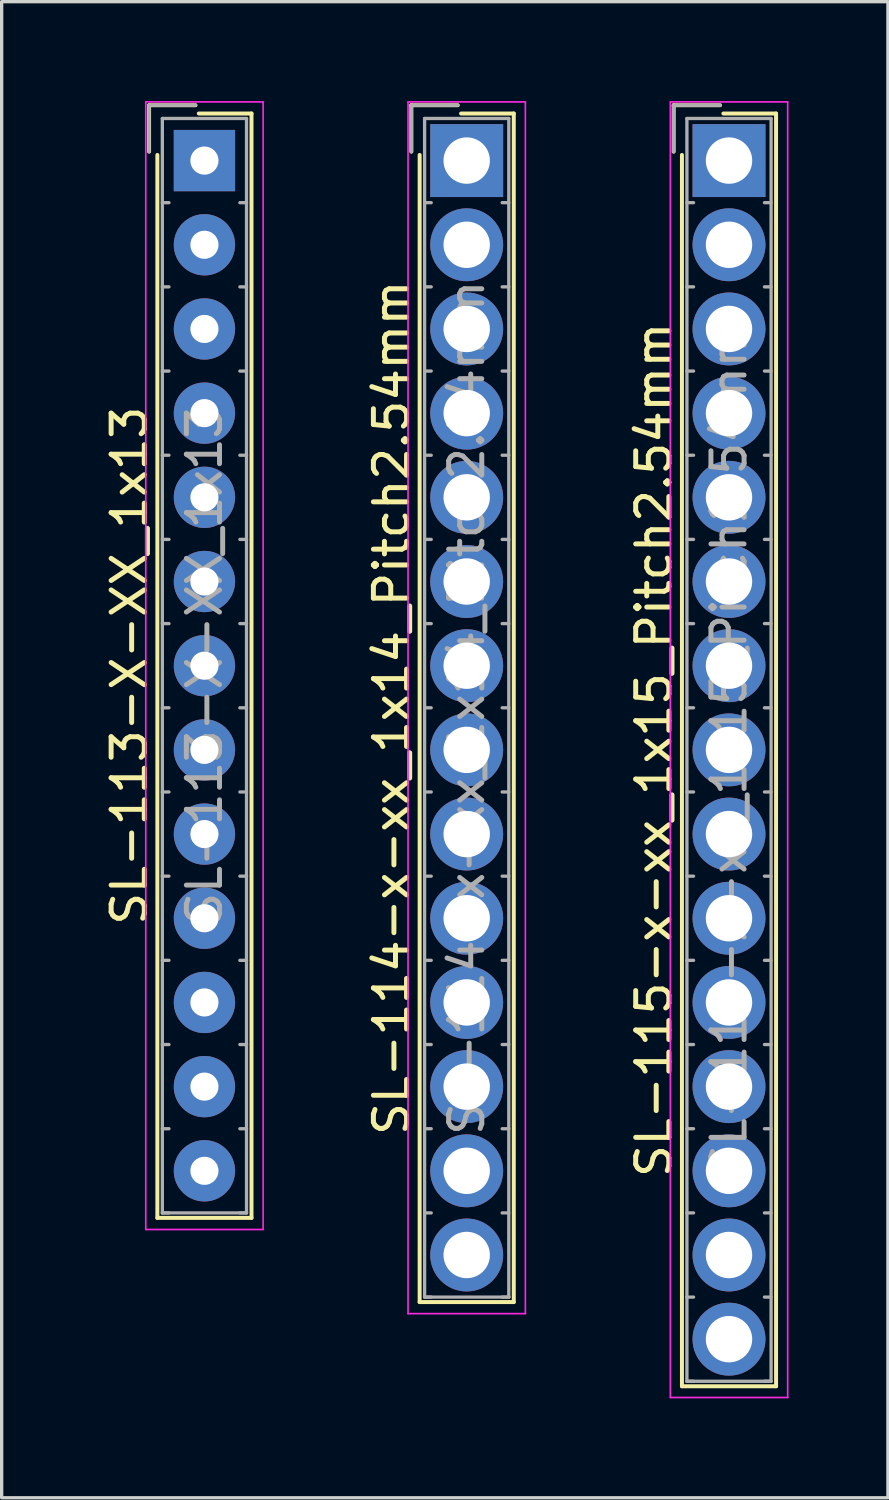
<source format=kicad_pcb>
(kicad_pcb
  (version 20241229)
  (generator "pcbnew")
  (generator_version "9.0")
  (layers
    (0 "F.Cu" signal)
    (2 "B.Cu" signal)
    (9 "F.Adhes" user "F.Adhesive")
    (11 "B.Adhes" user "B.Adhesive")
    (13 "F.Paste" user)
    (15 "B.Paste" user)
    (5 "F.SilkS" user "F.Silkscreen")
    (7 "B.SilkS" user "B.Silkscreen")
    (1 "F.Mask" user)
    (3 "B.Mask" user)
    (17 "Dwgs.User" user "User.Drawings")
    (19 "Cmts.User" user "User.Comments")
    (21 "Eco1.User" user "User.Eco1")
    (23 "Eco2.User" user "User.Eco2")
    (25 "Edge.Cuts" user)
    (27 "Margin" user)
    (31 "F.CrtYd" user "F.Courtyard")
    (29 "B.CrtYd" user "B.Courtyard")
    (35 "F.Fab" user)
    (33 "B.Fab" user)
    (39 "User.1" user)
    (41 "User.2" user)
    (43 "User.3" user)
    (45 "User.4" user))
  (footprint "SL-115-x-xx_1x15_Pitch2.54mm"
    (layer "F.Cu")
    (at 18.945 1.795)
    (property "Reference" "SL-115-x-xx_1x15_Pitch2.54mm" (at -2.27 17.78 90) (layer "F.SilkS") (effects (font (size 1 1) (thickness 0.15))))
    (attr through_hole)
    (fp_line (start -1.67 -1.67) (end -1.67 -0.27) (stroke (width 0.12) (type solid)) (layer "F.SilkS"))
    (fp_line (start -1.42 36.98) (end -1.42 -0.17) (stroke (width 0.12) (type solid)) (layer "F.SilkS"))
    (fp_line (start -0.27 -1.67) (end -1.67 -1.67) (stroke (width 0.12) (type solid)) (layer "F.SilkS"))
    (fp_line (start -0.17 -1.42) (end 1.42 -1.42) (stroke (width 0.12) (type solid)) (layer "F.SilkS"))
    (fp_line (start 1.42 -1.42) (end 1.42 36.98) (stroke (width 0.12) (type solid)) (layer "F.SilkS"))
    (fp_line (start 1.42 36.98) (end -1.42 36.98) (stroke (width 0.12) (type solid)) (layer "F.SilkS"))
    (fp_line (start -1.77 -1.77) (end -1.77 37.32) (stroke (width 0.05) (type solid)) (layer "F.CrtYd"))
    (fp_line (start -1.77 37.32) (end 1.77 37.32) (stroke (width 0.05) (type solid)) (layer "F.CrtYd"))
    (fp_line (start 1.77 -1.77) (end -1.77 -1.77) (stroke (width 0.05) (type solid)) (layer "F.CrtYd"))
    (fp_line (start 1.77 37.32) (end 1.77 -1.77) (stroke (width 0.05) (type solid)) (layer "F.CrtYd"))
    (fp_line (start -1.67 -1.67) (end -1.67 -0.27) (stroke (width 0.1) (type solid)) (layer "F.Fab"))
    (fp_line (start -1.27 -1.27) (end -1.27 36.83) (stroke (width 0.1) (type solid)) (layer "F.Fab"))
    (fp_line (start -1.27 1.27) (end -1.07 1.27) (stroke (width 0.1) (type solid)) (layer "F.Fab"))
    (fp_line (start -1.27 3.81) (end -1.07 3.81) (stroke (width 0.1) (type solid)) (layer "F.Fab"))
    (fp_line (start -1.27 6.35) (end -1.07 6.35) (stroke (width 0.1) (type solid)) (layer "F.Fab"))
    (fp_line (start -1.27 8.89) (end -1.07 8.89) (stroke (width 0.1) (type solid)) (layer "F.Fab"))
    (fp_line (start -1.27 11.43) (end -1.07 11.43) (stroke (width 0.1) (type solid)) (layer "F.Fab"))
    (fp_line (start -1.27 13.97) (end -1.07 13.97) (stroke (width 0.1) (type solid)) (layer "F.Fab"))
    (fp_line (start -1.27 16.51) (end -1.07 16.51) (stroke (width 0.1) (type solid)) (layer "F.Fab"))
    (fp_line (start -1.27 19.05) (end -1.07 19.05) (stroke (width 0.1) (type solid)) (layer "F.Fab"))
    (fp_line (start -1.27 21.59) (end -1.07 21.59) (stroke (width 0.1) (type solid)) (layer "F.Fab"))
    (fp_line (start -1.27 24.13) (end -1.07 24.13) (stroke (width 0.1) (type solid)) (layer "F.Fab"))
    (fp_line (start -1.27 26.67) (end -1.07 26.67) (stroke (width 0.1) (type solid)) (layer "F.Fab"))
    (fp_line (start -1.27 29.21) (end -1.07 29.21) (stroke (width 0.1) (type solid)) (layer "F.Fab"))
    (fp_line (start -1.27 31.75) (end -1.07 31.75) (stroke (width 0.1) (type solid)) (layer "F.Fab"))
    (fp_line (start -1.27 34.29) (end -1.07 34.29) (stroke (width 0.1) (type solid)) (layer "F.Fab"))
    (fp_line (start -1.27 36.83) (end -1.07 36.83) (stroke (width 0.1) (type solid)) (layer "F.Fab"))
    (fp_line (start -1.27 36.83) (end 1.27 36.83) (stroke (width 0.1) (type solid)) (layer "F.Fab"))
    (fp_line (start -0.27 -1.67) (end -1.67 -1.67) (stroke (width 0.1) (type solid)) (layer "F.Fab"))
    (fp_line (start 1.27 -1.27) (end -1.27 -1.27) (stroke (width 0.1) (type solid)) (layer "F.Fab"))
    (fp_line (start 1.27 1.27) (end 1.07 1.27) (stroke (width 0.1) (type solid)) (layer "F.Fab"))
    (fp_line (start 1.27 3.81) (end 1.07 3.81) (stroke (width 0.1) (type solid)) (layer "F.Fab"))
    (fp_line (start 1.27 6.35) (end 1.07 6.35) (stroke (width 0.1) (type solid)) (layer "F.Fab"))
    (fp_line (start 1.27 8.89) (end 1.07 8.89) (stroke (width 0.1) (type solid)) (layer "F.Fab"))
    (fp_line (start 1.27 11.43) (end 1.07 11.43) (stroke (width 0.1) (type solid)) (layer "F.Fab"))
    (fp_line (start 1.27 13.97) (end 1.07 13.97) (stroke (width 0.1) (type solid)) (layer "F.Fab"))
    (fp_line (start 1.27 16.51) (end 1.07 16.51) (stroke (width 0.1) (type solid)) (layer "F.Fab"))
    (fp_line (start 1.27 19.05) (end 1.07 19.05) (stroke (width 0.1) (type solid)) (layer "F.Fab"))
    (fp_line (start 1.27 21.59) (end 1.07 21.59) (stroke (width 0.1) (type solid)) (layer "F.Fab"))
    (fp_line (start 1.27 24.13) (end 1.07 24.13) (stroke (width 0.1) (type solid)) (layer "F.Fab"))
    (fp_line (start 1.27 26.67) (end 1.07 26.67) (stroke (width 0.1) (type solid)) (layer "F.Fab"))
    (fp_line (start 1.27 29.21) (end 1.07 29.21) (stroke (width 0.1) (type solid)) (layer "F.Fab"))
    (fp_line (start 1.27 31.75) (end 1.07 31.75) (stroke (width 0.1) (type solid)) (layer "F.Fab"))
    (fp_line (start 1.27 34.29) (end 1.07 34.29) (stroke (width 0.1) (type solid)) (layer "F.Fab"))
    (fp_line (start 1.27 36.83) (end 1.07 36.83) (stroke (width 0.1) (type solid)) (layer "F.Fab"))
    (fp_line (start 1.27 36.83) (end 1.27 -1.27) (stroke (width 0.1) (type solid)) (layer "F.Fab"))
    (fp_text user "${REFERENCE}" (at 0 17.78 90) (layer "F.Fab") (effects (font (size 1 1) (thickness 0.15))))
    (pad "1" thru_hole rect (at 0 0) (size 2.2 2.2) (drill 1.4) (layers "*.Cu" "*.Mask"))
    (pad "2" thru_hole circle (at 0 2.54) (size 2.2 2.2) (drill 1.4) (layers "*.Cu" "*.Mask"))
    (pad "3" thru_hole circle (at 0 5.08) (size 2.2 2.2) (drill 1.4) (layers "*.Cu" "*.Mask"))
    (pad "4" thru_hole circle (at 0 7.62) (size 2.2 2.2) (drill 1.4) (layers "*.Cu" "*.Mask"))
    (pad "5" thru_hole circle (at 0 10.16) (size 2.2 2.2) (drill 1.4) (layers "*.Cu" "*.Mask"))
    (pad "6" thru_hole circle (at 0 12.7) (size 2.2 2.2) (drill 1.4) (layers "*.Cu" "*.Mask"))
    (pad "7" thru_hole circle (at 0 15.24) (size 2.2 2.2) (drill 1.4) (layers "*.Cu" "*.Mask"))
    (pad "8" thru_hole circle (at 0 17.78) (size 2.2 2.2) (drill 1.4) (layers "*.Cu" "*.Mask"))
    (pad "9" thru_hole circle (at 0 20.32) (size 2.2 2.2) (drill 1.4) (layers "*.Cu" "*.Mask"))
    (pad "10" thru_hole circle (at 0 22.86) (size 2.2 2.2) (drill 1.4) (layers "*.Cu" "*.Mask"))
    (pad "11" thru_hole circle (at 0 25.4) (size 2.2 2.2) (drill 1.4) (layers "*.Cu" "*.Mask"))
    (pad "12" thru_hole circle (at 0 27.94) (size 2.2 2.2) (drill 1.4) (layers "*.Cu" "*.Mask"))
    (pad "13" thru_hole circle (at 0 30.48) (size 2.2 2.2) (drill 1.4) (layers "*.Cu" "*.Mask"))
    (pad "14" thru_hole circle (at 0 33.02) (size 2.2 2.2) (drill 1.4) (layers "*.Cu" "*.Mask"))
    (pad "15" thru_hole circle (at 0 35.56) (size 2.2 2.2) (drill 1.4) (layers "*.Cu" "*.Mask")))
  (footprint "SL-113-X-XX_1x13"
    (layer "F.Cu")
    (at 3.118 1.795)
    (property "Reference" "SL-113-X-XX_1x13" (at -2.27 15.24 90) (layer "F.SilkS") (effects (font (size 1 1) (thickness 0.15))))
    (attr through_hole)
    (fp_line (start -1.67 -1.67) (end -1.67 -0.27) (stroke (width 0.12) (type solid)) (layer "F.SilkS"))
    (fp_line (start -1.42 31.9) (end -1.42 -0.17) (stroke (width 0.12) (type solid)) (layer "F.SilkS"))
    (fp_line (start -0.27 -1.67) (end -1.67 -1.67) (stroke (width 0.12) (type solid)) (layer "F.SilkS"))
    (fp_line (start -0.17 -1.42) (end 1.42 -1.42) (stroke (width 0.12) (type solid)) (layer "F.SilkS"))
    (fp_line (start 1.42 -1.42) (end 1.42 31.9) (stroke (width 0.12) (type solid)) (layer "F.SilkS"))
    (fp_line (start 1.42 31.9) (end -1.42 31.9) (stroke (width 0.12) (type solid)) (layer "F.SilkS"))
    (fp_line (start -1.77 -1.77) (end -1.77 32.25) (stroke (width 0.05) (type solid)) (layer "F.CrtYd"))
    (fp_line (start -1.77 32.25) (end 1.77 32.25) (stroke (width 0.05) (type solid)) (layer "F.CrtYd"))
    (fp_line (start 1.77 -1.77) (end -1.77 -1.77) (stroke (width 0.05) (type solid)) (layer "F.CrtYd"))
    (fp_line (start 1.77 32.25) (end 1.77 -1.77) (stroke (width 0.05) (type solid)) (layer "F.CrtYd"))
    (fp_line (start -1.67 -1.67) (end -1.67 -0.27) (stroke (width 0.1) (type solid)) (layer "F.Fab"))
    (fp_line (start -1.27 -1.27) (end -1.27 31.75) (stroke (width 0.1) (type solid)) (layer "F.Fab"))
    (fp_line (start -1.27 1.27) (end -1.07 1.27) (stroke (width 0.1) (type solid)) (layer "F.Fab"))
    (fp_line (start -1.27 3.81) (end -1.07 3.81) (stroke (width 0.1) (type solid)) (layer "F.Fab"))
    (fp_line (start -1.27 6.35) (end -1.07 6.35) (stroke (width 0.1) (type solid)) (layer "F.Fab"))
    (fp_line (start -1.27 8.89) (end -1.07 8.89) (stroke (width 0.1) (type solid)) (layer "F.Fab"))
    (fp_line (start -1.27 11.43) (end -1.07 11.43) (stroke (width 0.1) (type solid)) (layer "F.Fab"))
    (fp_line (start -1.27 13.97) (end -1.07 13.97) (stroke (width 0.1) (type solid)) (layer "F.Fab"))
    (fp_line (start -1.27 16.51) (end -1.07 16.51) (stroke (width 0.1) (type solid)) (layer "F.Fab"))
    (fp_line (start -1.27 19.05) (end -1.07 19.05) (stroke (width 0.1) (type solid)) (layer "F.Fab"))
    (fp_line (start -1.27 21.59) (end -1.07 21.59) (stroke (width 0.1) (type solid)) (layer "F.Fab"))
    (fp_line (start -1.27 24.13) (end -1.07 24.13) (stroke (width 0.1) (type solid)) (layer "F.Fab"))
    (fp_line (start -1.27 26.67) (end -1.07 26.67) (stroke (width 0.1) (type solid)) (layer "F.Fab"))
    (fp_line (start -1.27 29.21) (end -1.07 29.21) (stroke (width 0.1) (type solid)) (layer "F.Fab"))
    (fp_line (start -1.27 31.75) (end -1.07 31.75) (stroke (width 0.1) (type solid)) (layer "F.Fab"))
    (fp_line (start -1.27 31.75) (end 1.27 31.75) (stroke (width 0.1) (type solid)) (layer "F.Fab"))
    (fp_line (start -0.27 -1.67) (end -1.67 -1.67) (stroke (width 0.1) (type solid)) (layer "F.Fab"))
    (fp_line (start 1.27 -1.27) (end -1.27 -1.27) (stroke (width 0.1) (type solid)) (layer "F.Fab"))
    (fp_line (start 1.27 1.27) (end 1.07 1.27) (stroke (width 0.1) (type solid)) (layer "F.Fab"))
    (fp_line (start 1.27 3.81) (end 1.07 3.81) (stroke (width 0.1) (type solid)) (layer "F.Fab"))
    (fp_line (start 1.27 6.35) (end 1.07 6.35) (stroke (width 0.1) (type solid)) (layer "F.Fab"))
    (fp_line (start 1.27 8.89) (end 1.07 8.89) (stroke (width 0.1) (type solid)) (layer "F.Fab"))
    (fp_line (start 1.27 11.43) (end 1.07 11.43) (stroke (width 0.1) (type solid)) (layer "F.Fab"))
    (fp_line (start 1.27 13.97) (end 1.07 13.97) (stroke (width 0.1) (type solid)) (layer "F.Fab"))
    (fp_line (start 1.27 16.51) (end 1.07 16.51) (stroke (width 0.1) (type solid)) (layer "F.Fab"))
    (fp_line (start 1.27 19.05) (end 1.07 19.05) (stroke (width 0.1) (type solid)) (layer "F.Fab"))
    (fp_line (start 1.27 21.59) (end 1.07 21.59) (stroke (width 0.1) (type solid)) (layer "F.Fab"))
    (fp_line (start 1.27 24.13) (end 1.07 24.13) (stroke (width 0.1) (type solid)) (layer "F.Fab"))
    (fp_line (start 1.27 26.67) (end 1.07 26.67) (stroke (width 0.1) (type solid)) (layer "F.Fab"))
    (fp_line (start 1.27 29.21) (end 1.07 29.21) (stroke (width 0.1) (type solid)) (layer "F.Fab"))
    (fp_line (start 1.27 31.75) (end 1.07 31.75) (stroke (width 0.1) (type solid)) (layer "F.Fab"))
    (fp_line (start 1.27 31.75) (end 1.27 -1.27) (stroke (width 0.1) (type solid)) (layer "F.Fab"))
    (fp_text user "${REFERENCE}" (at 0 15.24 90) (layer "F.Fab") (effects (font (size 1 1) (thickness 0.15))))
    (pad "1" thru_hole rect (at 0 0) (size 1.85 1.85) (drill 0.85) (layers "*.Cu" "*.Mask"))
    (pad "2" thru_hole circle (at 0 2.54) (size 1.85 1.85) (drill 0.85) (layers "*.Cu" "*.Mask"))
    (pad "3" thru_hole circle (at 0 5.08) (size 1.85 1.85) (drill 0.85) (layers "*.Cu" "*.Mask"))
    (pad "4" thru_hole circle (at 0 7.62) (size 1.85 1.85) (drill 0.85) (layers "*.Cu" "*.Mask"))
    (pad "5" thru_hole circle (at 0 10.16) (size 1.85 1.85) (drill 0.85) (layers "*.Cu" "*.Mask"))
    (pad "6" thru_hole circle (at 0 12.7) (size 1.85 1.85) (drill 0.85) (layers "*.Cu" "*.Mask"))
    (pad "7" thru_hole circle (at 0 15.24) (size 1.85 1.85) (drill 0.85) (layers "*.Cu" "*.Mask"))
    (pad "8" thru_hole circle (at 0 17.78) (size 1.85 1.85) (drill 0.85) (layers "*.Cu" "*.Mask"))
    (pad "9" thru_hole circle (at 0 20.32) (size 1.85 1.85) (drill 0.85) (layers "*.Cu" "*.Mask"))
    (pad "10" thru_hole circle (at 0 22.86) (size 1.85 1.85) (drill 0.85) (layers "*.Cu" "*.Mask"))
    (pad "11" thru_hole circle (at 0 25.4) (size 1.85 1.85) (drill 0.85) (layers "*.Cu" "*.Mask"))
    (pad "12" thru_hole circle (at 0 27.94) (size 1.85 1.85) (drill 0.85) (layers "*.Cu" "*.Mask"))
    (pad "13" thru_hole circle (at 0 30.48) (size 1.85 1.85) (drill 0.85) (layers "*.Cu" "*.Mask")))
  (footprint "SL-114-x-xx_1x14_Pitch2.54mm"
    (layer "F.Cu")
    (at 11.031 1.795)
    (property "Reference" "SL-114-x-xx_1x14_Pitch2.54mm" (at -2.27 16.51 90) (layer "F.SilkS") (effects (font (size 1 1) (thickness 0.15))))
    (attr through_hole)
    (fp_line (start -1.67 -1.67) (end -1.67 -0.27) (stroke (width 0.12) (type solid)) (layer "F.SilkS"))
    (fp_line (start -1.42 34.44) (end -1.42 -0.17) (stroke (width 0.12) (type solid)) (layer "F.SilkS"))
    (fp_line (start -0.27 -1.67) (end -1.67 -1.67) (stroke (width 0.12) (type solid)) (layer "F.SilkS"))
    (fp_line (start -0.17 -1.42) (end 1.42 -1.42) (stroke (width 0.12) (type solid)) (layer "F.SilkS"))
    (fp_line (start 1.42 -1.42) (end 1.42 34.44) (stroke (width 0.12) (type solid)) (layer "F.SilkS"))
    (fp_line (start 1.42 34.44) (end -1.42 34.44) (stroke (width 0.12) (type solid)) (layer "F.SilkS"))
    (fp_line (start -1.77 -1.77) (end -1.77 34.79) (stroke (width 0.05) (type solid)) (layer "F.CrtYd"))
    (fp_line (start -1.77 34.79) (end 1.77 34.79) (stroke (width 0.05) (type solid)) (layer "F.CrtYd"))
    (fp_line (start 1.77 -1.77) (end -1.77 -1.77) (stroke (width 0.05) (type solid)) (layer "F.CrtYd"))
    (fp_line (start 1.77 34.79) (end 1.77 -1.77) (stroke (width 0.05) (type solid)) (layer "F.CrtYd"))
    (fp_line (start -1.67 -1.67) (end -1.67 -0.27) (stroke (width 0.1) (type solid)) (layer "F.Fab"))
    (fp_line (start -1.27 -1.27) (end -1.27 34.29) (stroke (width 0.1) (type solid)) (layer "F.Fab"))
    (fp_line (start -1.27 1.27) (end -1.07 1.27) (stroke (width 0.1) (type solid)) (layer "F.Fab"))
    (fp_line (start -1.27 3.81) (end -1.07 3.81) (stroke (width 0.1) (type solid)) (layer "F.Fab"))
    (fp_line (start -1.27 6.35) (end -1.07 6.35) (stroke (width 0.1) (type solid)) (layer "F.Fab"))
    (fp_line (start -1.27 8.89) (end -1.07 8.89) (stroke (width 0.1) (type solid)) (layer "F.Fab"))
    (fp_line (start -1.27 11.43) (end -1.07 11.43) (stroke (width 0.1) (type solid)) (layer "F.Fab"))
    (fp_line (start -1.27 13.97) (end -1.07 13.97) (stroke (width 0.1) (type solid)) (layer "F.Fab"))
    (fp_line (start -1.27 16.51) (end -1.07 16.51) (stroke (width 0.1) (type solid)) (layer "F.Fab"))
    (fp_line (start -1.27 19.05) (end -1.07 19.05) (stroke (width 0.1) (type solid)) (layer "F.Fab"))
    (fp_line (start -1.27 21.59) (end -1.07 21.59) (stroke (width 0.1) (type solid)) (layer "F.Fab"))
    (fp_line (start -1.27 24.13) (end -1.07 24.13) (stroke (width 0.1) (type solid)) (layer "F.Fab"))
    (fp_line (start -1.27 26.67) (end -1.07 26.67) (stroke (width 0.1) (type solid)) (layer "F.Fab"))
    (fp_line (start -1.27 29.21) (end -1.07 29.21) (stroke (width 0.1) (type solid)) (layer "F.Fab"))
    (fp_line (start -1.27 31.75) (end -1.07 31.75) (stroke (width 0.1) (type solid)) (layer "F.Fab"))
    (fp_line (start -1.27 34.29) (end -1.07 34.29) (stroke (width 0.1) (type solid)) (layer "F.Fab"))
    (fp_line (start -1.27 34.29) (end 1.27 34.29) (stroke (width 0.1) (type solid)) (layer "F.Fab"))
    (fp_line (start -0.27 -1.67) (end -1.67 -1.67) (stroke (width 0.1) (type solid)) (layer "F.Fab"))
    (fp_line (start 1.27 -1.27) (end -1.27 -1.27) (stroke (width 0.1) (type solid)) (layer "F.Fab"))
    (fp_line (start 1.27 1.27) (end 1.07 1.27) (stroke (width 0.1) (type solid)) (layer "F.Fab"))
    (fp_line (start 1.27 3.81) (end 1.07 3.81) (stroke (width 0.1) (type solid)) (layer "F.Fab"))
    (fp_line (start 1.27 6.35) (end 1.07 6.35) (stroke (width 0.1) (type solid)) (layer "F.Fab"))
    (fp_line (start 1.27 8.89) (end 1.07 8.89) (stroke (width 0.1) (type solid)) (layer "F.Fab"))
    (fp_line (start 1.27 11.43) (end 1.07 11.43) (stroke (width 0.1) (type solid)) (layer "F.Fab"))
    (fp_line (start 1.27 13.97) (end 1.07 13.97) (stroke (width 0.1) (type solid)) (layer "F.Fab"))
    (fp_line (start 1.27 16.51) (end 1.07 16.51) (stroke (width 0.1) (type solid)) (layer "F.Fab"))
    (fp_line (start 1.27 19.05) (end 1.07 19.05) (stroke (width 0.1) (type solid)) (layer "F.Fab"))
    (fp_line (start 1.27 21.59) (end 1.07 21.59) (stroke (width 0.1) (type solid)) (layer "F.Fab"))
    (fp_line (start 1.27 24.13) (end 1.07 24.13) (stroke (width 0.1) (type solid)) (layer "F.Fab"))
    (fp_line (start 1.27 26.67) (end 1.07 26.67) (stroke (width 0.1) (type solid)) (layer "F.Fab"))
    (fp_line (start 1.27 29.21) (end 1.07 29.21) (stroke (width 0.1) (type solid)) (layer "F.Fab"))
    (fp_line (start 1.27 31.75) (end 1.07 31.75) (stroke (width 0.1) (type solid)) (layer "F.Fab"))
    (fp_line (start 1.27 34.29) (end 1.07 34.29) (stroke (width 0.1) (type solid)) (layer "F.Fab"))
    (fp_line (start 1.27 34.29) (end 1.27 -1.27) (stroke (width 0.1) (type solid)) (layer "F.Fab"))
    (fp_text user "${REFERENCE}" (at 0 16.51 90) (layer "F.Fab") (effects (font (size 1 1) (thickness 0.15))))
    (pad "1" thru_hole rect (at 0 0) (size 2.2 2.2) (drill 1.4) (layers "*.Cu" "*.Mask"))
    (pad "2" thru_hole circle (at 0 2.54) (size 2.2 2.2) (drill 1.4) (layers "*.Cu" "*.Mask"))
    (pad "3" thru_hole circle (at 0 5.08) (size 2.2 2.2) (drill 1.4) (layers "*.Cu" "*.Mask"))
    (pad "4" thru_hole circle (at 0 7.62) (size 2.2 2.2) (drill 1.4) (layers "*.Cu" "*.Mask"))
    (pad "5" thru_hole circle (at 0 10.16) (size 2.2 2.2) (drill 1.4) (layers "*.Cu" "*.Mask"))
    (pad "6" thru_hole circle (at 0 12.7) (size 2.2 2.2) (drill 1.4) (layers "*.Cu" "*.Mask"))
    (pad "7" thru_hole circle (at 0 15.24) (size 2.2 2.2) (drill 1.4) (layers "*.Cu" "*.Mask"))
    (pad "8" thru_hole circle (at 0 17.78) (size 2.2 2.2) (drill 1.4) (layers "*.Cu" "*.Mask"))
    (pad "9" thru_hole circle (at 0 20.32) (size 2.2 2.2) (drill 1.4) (layers "*.Cu" "*.Mask"))
    (pad "10" thru_hole circle (at 0 22.86) (size 2.2 2.2) (drill 1.4) (layers "*.Cu" "*.Mask"))
    (pad "11" thru_hole circle (at 0 25.4) (size 2.2 2.2) (drill 1.4) (layers "*.Cu" "*.Mask"))
    (pad "12" thru_hole circle (at 0 27.94) (size 2.2 2.2) (drill 1.4) (layers "*.Cu" "*.Mask"))
    (pad "13" thru_hole circle (at 0 30.48) (size 2.2 2.2) (drill 1.4) (layers "*.Cu" "*.Mask"))
    (pad "14" thru_hole circle (at 0 33.02) (size 2.2 2.2) (drill 1.4) (layers "*.Cu" "*.Mask")))
  (gr_rect
    (start -3 -3)
    (end 23.74 42.14)
    (stroke (width 0.1) (type default))
    (fill no)
    (layer "Edge.Cuts")))
</source>
